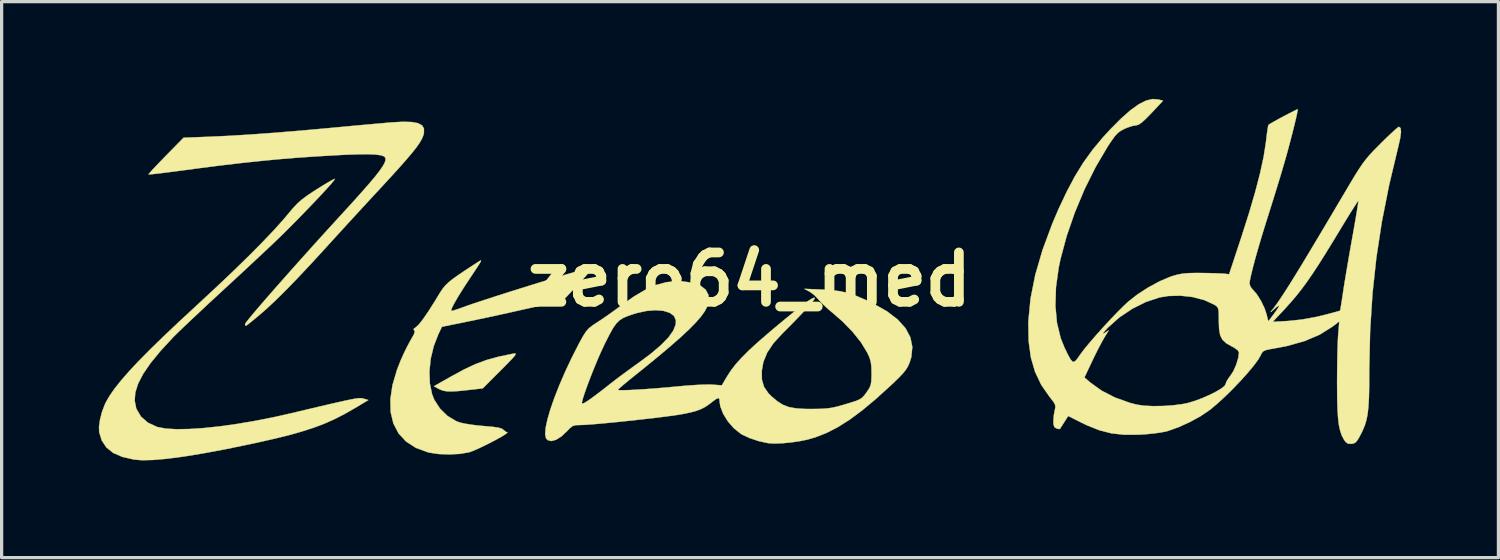
<source format=kicad_pcb>
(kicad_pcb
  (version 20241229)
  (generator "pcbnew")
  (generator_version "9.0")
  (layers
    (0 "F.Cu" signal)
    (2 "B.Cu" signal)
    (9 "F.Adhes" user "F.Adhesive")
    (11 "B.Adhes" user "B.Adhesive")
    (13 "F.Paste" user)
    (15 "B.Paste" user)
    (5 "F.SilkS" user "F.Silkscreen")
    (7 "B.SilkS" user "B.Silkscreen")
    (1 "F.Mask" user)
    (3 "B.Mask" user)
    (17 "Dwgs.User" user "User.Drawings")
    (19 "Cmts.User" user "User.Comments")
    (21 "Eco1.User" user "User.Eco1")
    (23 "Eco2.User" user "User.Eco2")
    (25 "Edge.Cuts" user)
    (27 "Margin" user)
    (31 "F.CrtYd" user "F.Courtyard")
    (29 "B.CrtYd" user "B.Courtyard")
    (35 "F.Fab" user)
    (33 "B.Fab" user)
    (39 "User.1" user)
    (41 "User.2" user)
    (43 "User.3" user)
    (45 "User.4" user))
  (footprint "zero64_med"
    (layer "F.Cu")
    (at 20.075 5.573)
    (property "Reference" "zero64_med" (at 0 0 0) (layer "F.SilkS") (effects (font (size 1.524 1.524) (thickness 0.3))))
    (attr through_hole)
    (fp_poly (pts (xy -7.214 2.291) (xy -7.223 2.323) (xy -7.273 2.388) (xy -7.371 2.494) (xy -7.524 2.651) (xy -7.683 2.81) (xy -8.23 3.359) (xy -8.689 3.411) (xy -8.97 3.441) (xy -9.178 3.454) (xy -9.332 3.451) (xy -9.451 3.431) (xy -9.553 3.392) (xy -9.592 3.373) (xy -9.739 3.293) (xy -9.183 2.979) (xy -8.795 2.769) (xy -8.447 2.607) (xy -8.109 2.482) (xy -7.75 2.383) (xy -7.34 2.298) (xy -7.297 2.29) (xy -7.241 2.283) (xy -7.214 2.291)) (stroke (width 0.01) (type solid)) (fill yes) (layer "F.SilkS"))
    (fp_poly (pts (xy -10.428 -4.859) (xy -10.23 -4.823) (xy -10.105 -4.756) (xy -10.045 -4.656) (xy -10.046 -4.52) (xy -10.049 -4.504) (xy -10.076 -4.414) (xy -10.122 -4.314) (xy -10.192 -4.197) (xy -10.292 -4.057) (xy -10.428 -3.887) (xy -10.605 -3.679) (xy -10.828 -3.427) (xy -11.104 -3.124) (xy -11.438 -2.762) (xy -11.494 -2.702) (xy -11.77 -2.404) (xy -12.074 -2.074) (xy -12.387 -1.733) (xy -12.686 -1.406) (xy -12.95 -1.116) (xy -13.02 -1.039) (xy -13.489 -0.527) (xy -13.905 -0.083) (xy -14.274 0.299) (xy -14.601 0.623) (xy -14.891 0.895) (xy -15.115 1.09) (xy -15.277 1.225) (xy -15.412 1.335) (xy -15.506 1.408) (xy -15.542 1.432) (xy -15.562 1.395) (xy -15.563 1.374) (xy -15.533 1.325) (xy -15.446 1.215) (xy -15.309 1.049) (xy -15.128 0.836) (xy -14.908 0.581) (xy -14.655 0.292) (xy -14.375 -0.025) (xy -14.075 -0.364) (xy -13.759 -0.717) (xy -13.435 -1.078) (xy -13.107 -1.44) (xy -12.782 -1.796) (xy -12.629 -1.963) (xy -12.275 -2.35) (xy -11.981 -2.678) (xy -11.742 -2.95) (xy -11.554 -3.173) (xy -11.414 -3.353) (xy -11.316 -3.494) (xy -11.256 -3.604) (xy -11.23 -3.686) (xy -11.233 -3.748) (xy -11.235 -3.755) (xy -11.282 -3.802) (xy -11.387 -3.835) (xy -11.554 -3.856) (xy -11.792 -3.865) (xy -12.105 -3.861) (xy -12.501 -3.847) (xy -12.725 -3.835) (xy -13.345 -3.799) (xy -13.933 -3.759) (xy -14.506 -3.712) (xy -15.085 -3.657) (xy -15.687 -3.593) (xy -16.331 -3.517) (xy -17.035 -3.427) (xy -17.496 -3.365) (xy -17.793 -3.326) (xy -18.058 -3.292) (xy -18.278 -3.266) (xy -18.439 -3.248) (xy -18.529 -3.241) (xy -18.543 -3.242) (xy -18.517 -3.278) (xy -18.437 -3.368) (xy -18.312 -3.502) (xy -18.152 -3.669) (xy -18.01 -3.815) (xy -17.461 -4.374) (xy -16.639 -4.406) (xy -16.074 -4.432) (xy -15.454 -4.469) (xy -14.77 -4.518) (xy -14.014 -4.579) (xy -13.179 -4.653) (xy -12.815 -4.686) (xy -12.454 -4.72) (xy -12.09 -4.754) (xy -11.742 -4.785) (xy -11.431 -4.813) (xy -11.179 -4.835) (xy -11.061 -4.846) (xy -10.703 -4.866) (xy -10.428 -4.859)) (stroke (width 0.01) (type solid)) (fill yes) (layer "F.SilkS"))
    (fp_poly (pts (xy -12.792 -3.104) (xy -12.824 -3.054) (xy -12.911 -2.948) (xy -13.046 -2.797) (xy -13.22 -2.609) (xy -13.423 -2.394) (xy -13.646 -2.161) (xy -13.88 -1.92) (xy -14.116 -1.68) (xy -14.345 -1.451) (xy -14.559 -1.243) (xy -14.64 -1.165) (xy -14.852 -0.964) (xy -15.117 -0.716) (xy -15.417 -0.436) (xy -15.736 -0.138) (xy -16.059 0.16) (xy -16.367 0.445) (xy -16.395 0.47) (xy -16.677 0.731) (xy -16.952 0.988) (xy -17.209 1.229) (xy -17.436 1.444) (xy -17.622 1.623) (xy -17.754 1.753) (xy -17.786 1.785) (xy -18.169 2.2) (xy -18.474 2.572) (xy -18.705 2.907) (xy -18.863 3.21) (xy -18.95 3.485) (xy -18.97 3.736) (xy -18.924 3.968) (xy -18.915 3.993) (xy -18.776 4.23) (xy -18.564 4.416) (xy -18.285 4.545) (xy -18.255 4.554) (xy -18.009 4.6) (xy -17.684 4.619) (xy -17.291 4.613) (xy -16.839 4.583) (xy -16.338 4.53) (xy -15.798 4.454) (xy -15.229 4.357) (xy -14.641 4.24) (xy -14.155 4.13) (xy -13.667 4.014) (xy -13.26 3.918) (xy -12.927 3.84) (xy -12.659 3.779) (xy -12.449 3.732) (xy -12.287 3.699) (xy -12.167 3.677) (xy -12.079 3.665) (xy -12.015 3.661) (xy -11.968 3.663) (xy -11.93 3.671) (xy -11.907 3.677) (xy -11.76 3.719) (xy -12.204 3.985) (xy -12.509 4.158) (xy -12.809 4.311) (xy -13.118 4.448) (xy -13.449 4.573) (xy -13.816 4.691) (xy -14.231 4.807) (xy -14.709 4.924) (xy -15.262 5.048) (xy -15.402 5.078) (xy -16.168 5.236) (xy -16.852 5.364) (xy -17.452 5.462) (xy -17.967 5.53) (xy -18.398 5.568) (xy -18.742 5.576) (xy -18.981 5.557) (xy -19.345 5.475) (xy -19.63 5.352) (xy -19.842 5.183) (xy -19.987 4.964) (xy -20.066 4.705) (xy -20.07 4.536) (xy -20.038 4.318) (xy -19.976 4.08) (xy -19.891 3.856) (xy -19.861 3.792) (xy -19.745 3.591) (xy -19.59 3.367) (xy -19.391 3.117) (xy -19.145 2.835) (xy -18.848 2.517) (xy -18.495 2.16) (xy -18.081 1.757) (xy -17.604 1.306) (xy -17.078 0.819) (xy -16.481 0.265) (xy -15.938 -0.249) (xy -15.453 -0.722) (xy -15.029 -1.15) (xy -14.669 -1.528) (xy -14.376 -1.855) (xy -14.26 -1.993) (xy -14.098 -2.186) (xy -13.959 -2.335) (xy -13.818 -2.461) (xy -13.654 -2.585) (xy -13.442 -2.726) (xy -13.343 -2.789) (xy -13.147 -2.911) (xy -12.981 -3.01) (xy -12.86 -3.077) (xy -12.798 -3.105) (xy -12.792 -3.104)) (stroke (width 0.01) (type solid)) (fill yes) (layer "F.SilkS"))
    (fp_poly (pts (xy -8.283 -0.579) (xy -8.306 -0.529) (xy -8.366 -0.433) (xy -8.467 -0.279) (xy -8.614 -0.059) (xy -8.638 -0.023) (xy -8.831 0.272) (xy -8.988 0.525) (xy -9.106 0.727) (xy -9.18 0.872) (xy -9.206 0.954) (xy -9.196 0.97) (xy -9.129 0.955) (xy -9.006 0.915) (xy -8.903 0.879) (xy -8.71 0.809) (xy -8.458 0.723) (xy -8.158 0.624) (xy -7.821 0.515) (xy -7.458 0.399) (xy -7.081 0.28) (xy -6.701 0.162) (xy -6.328 0.047) (xy -5.974 -0.06) (xy -5.649 -0.157) (xy -5.366 -0.239) (xy -5.134 -0.305) (xy -4.965 -0.349) (xy -4.871 -0.369) (xy -4.861 -0.369) (xy -4.868 -0.338) (xy -4.931 -0.252) (xy -5.04 -0.121) (xy -5.186 0.042) (xy -5.294 0.159) (xy -5.792 0.687) (xy -6.094 0.738) (xy -6.25 0.768) (xy -6.47 0.813) (xy -6.728 0.869) (xy -7 0.929) (xy -7.089 0.95) (xy -7.379 1.015) (xy -7.725 1.091) (xy -8.094 1.171) (xy -8.451 1.246) (xy -8.636 1.284) (xy -9.49 1.459) (xy -9.598 1.683) (xy -9.742 2.052) (xy -9.836 2.442) (xy -9.876 2.833) (xy -9.863 3.205) (xy -9.795 3.537) (xy -9.728 3.708) (xy -9.551 3.982) (xy -9.32 4.209) (xy -9.054 4.369) (xy -8.929 4.415) (xy -8.777 4.448) (xy -8.566 4.482) (xy -8.327 4.51) (xy -8.165 4.524) (xy -7.918 4.546) (xy -7.75 4.571) (xy -7.646 4.6) (xy -7.595 4.637) (xy -7.52 4.699) (xy -7.477 4.711) (xy -7.473 4.729) (xy -7.537 4.778) (xy -7.655 4.851) (xy -7.812 4.938) (xy -7.991 5.033) (xy -8.179 5.127) (xy -8.359 5.213) (xy -8.517 5.282) (xy -8.638 5.326) (xy -8.657 5.332) (xy -8.937 5.38) (xy -9.261 5.397) (xy -9.588 5.385) (xy -9.878 5.342) (xy -9.929 5.329) (xy -10.301 5.191) (xy -10.602 4.995) (xy -10.831 4.744) (xy -10.988 4.442) (xy -11.072 4.092) (xy -11.081 3.695) (xy -11.016 3.256) (xy -10.874 2.777) (xy -10.756 2.479) (xy -10.66 2.267) (xy -10.556 2.056) (xy -10.462 1.883) (xy -10.436 1.838) (xy -10.355 1.693) (xy -10.329 1.606) (xy -10.347 1.569) (xy -10.367 1.528) (xy -10.306 1.482) (xy -10.215 1.402) (xy -10.085 1.24) (xy -9.918 0.998) (xy -9.714 0.678) (xy -9.609 0.504) (xy -9.532 0.379) (xy -9.46 0.274) (xy -9.382 0.181) (xy -9.287 0.089) (xy -9.163 -0.011) (xy -8.999 -0.129) (xy -8.784 -0.274) (xy -8.507 -0.455) (xy -8.384 -0.535) (xy -8.326 -0.572) (xy -8.291 -0.59) (xy -8.283 -0.579)) (stroke (width 0.01) (type solid)) (fill yes) (layer "F.SilkS"))
    (fp_poly (pts (xy -2.082 0.056) (xy -1.765 0.1) (xy -1.521 0.187) (xy -1.353 0.315) (xy -1.265 0.48) (xy -1.26 0.679) (xy -1.31 0.844) (xy -1.384 0.985) (xy -1.499 1.145) (xy -1.659 1.329) (xy -1.869 1.543) (xy -2.134 1.789) (xy -2.458 2.073) (xy -2.846 2.399) (xy -3.303 2.772) (xy -3.544 2.965) (xy -3.729 3.115) (xy -3.885 3.244) (xy -3.999 3.342) (xy -4.058 3.398) (xy -4.064 3.406) (xy -4.02 3.415) (xy -3.897 3.417) (xy -3.707 3.411) (xy -3.464 3.398) (xy -3.179 3.38) (xy -2.866 3.357) (xy -2.537 3.329) (xy -2.205 3.298) (xy -2.201 3.297) (xy -1.921 3.273) (xy -1.647 3.254) (xy -1.404 3.243) (xy -1.217 3.241) (xy -1.154 3.244) (xy -0.854 3.265) (xy -0.702 3.005) (xy -0.578 2.812) (xy -0.427 2.616) (xy -0.24 2.408) (xy -0.008 2.177) (xy 0.278 1.916) (xy 0.627 1.615) (xy 0.795 1.473) (xy 1.135 1.191) (xy 1.411 0.967) (xy 1.629 0.796) (xy 1.793 0.674) (xy 1.908 0.599) (xy 1.981 0.565) (xy 2.015 0.568) (xy 1.996 0.612) (xy 1.921 0.71) (xy 1.796 0.854) (xy 1.632 1.034) (xy 1.436 1.239) (xy 1.219 1.461) (xy 1.016 1.663) (xy 0.738 1.966) (xy 0.543 2.258) (xy 0.425 2.549) (xy 0.378 2.82) (xy 0.382 3.091) (xy 0.446 3.31) (xy 0.578 3.504) (xy 0.675 3.603) (xy 0.856 3.756) (xy 1.027 3.864) (xy 1.21 3.935) (xy 1.428 3.975) (xy 1.703 3.993) (xy 1.893 3.995) (xy 2.161 3.992) (xy 2.367 3.98) (xy 2.544 3.957) (xy 2.724 3.916) (xy 2.909 3.863) (xy 3.135 3.795) (xy 3.292 3.744) (xy 3.398 3.698) (xy 3.472 3.649) (xy 3.534 3.584) (xy 3.601 3.495) (xy 3.619 3.469) (xy 3.692 3.361) (xy 3.735 3.266) (xy 3.756 3.153) (xy 3.763 2.992) (xy 3.764 2.893) (xy 3.759 2.685) (xy 3.739 2.531) (xy 3.696 2.394) (xy 3.627 2.247) (xy 3.439 1.939) (xy 3.181 1.616) (xy 2.873 1.298) (xy 2.604 1.063) (xy 2.433 0.919) (xy 2.279 0.777) (xy 2.162 0.659) (xy 2.121 0.61) (xy 2.003 0.485) (xy 1.864 0.382) (xy 1.849 0.373) (xy 1.69 0.288) (xy 2.242 0.311) (xy 2.543 0.33) (xy 2.8 0.363) (xy 3.038 0.418) (xy 3.283 0.501) (xy 3.56 0.62) (xy 3.82 0.744) (xy 4.239 0.981) (xy 4.57 1.233) (xy 4.811 1.501) (xy 4.962 1.784) (xy 5.022 2.081) (xy 4.992 2.391) (xy 4.943 2.551) (xy 4.893 2.668) (xy 4.829 2.776) (xy 4.739 2.89) (xy 4.61 3.027) (xy 4.429 3.203) (xy 4.349 3.277) (xy 3.888 3.694) (xy 3.47 4.042) (xy 3.085 4.327) (xy 2.725 4.555) (xy 2.378 4.733) (xy 2.036 4.867) (xy 1.797 4.937) (xy 1.554 4.987) (xy 1.281 5.027) (xy 1.007 5.053) (xy 0.762 5.061) (xy 0.577 5.05) (xy 0.577 5.05) (xy 0.29 4.988) (xy 0.006 4.894) (xy -0.234 4.782) (xy -0.277 4.755) (xy -0.485 4.588) (xy -0.669 4.377) (xy -0.813 4.144) (xy -0.902 3.913) (xy -0.924 3.757) (xy -0.931 3.681) (xy -0.964 3.657) (xy -1.035 3.69) (xy -1.158 3.781) (xy -1.191 3.807) (xy -1.29 3.881) (xy -1.391 3.945) (xy -1.504 4.001) (xy -1.637 4.051) (xy -1.799 4.096) (xy -1.998 4.139) (xy -2.243 4.181) (xy -2.543 4.223) (xy -2.907 4.268) (xy -3.343 4.318) (xy -3.859 4.374) (xy -4.018 4.391) (xy -4.321 4.421) (xy -4.61 4.448) (xy -4.865 4.469) (xy -5.068 4.484) (xy -5.2 4.489) (xy -5.211 4.489) (xy -5.361 4.494) (xy -5.461 4.523) (xy -5.551 4.595) (xy -5.623 4.671) (xy -5.801 4.839) (xy -5.969 4.945) (xy -6.115 4.985) (xy -6.229 4.955) (xy -6.281 4.895) (xy -6.306 4.768) (xy -6.289 4.569) (xy -6.233 4.31) (xy -6.142 3.998) (xy -6.076 3.809) (xy -5.172 3.809) (xy -5.156 3.831) (xy -5.098 3.81) (xy -4.987 3.741) (xy -4.878 3.664) (xy -4.726 3.552) (xy -4.539 3.409) (xy -4.352 3.263) (xy -4.318 3.235) (xy -4.155 3.109) (xy -3.943 2.949) (xy -3.706 2.775) (xy -3.472 2.606) (xy -3.441 2.585) (xy -3.044 2.289) (xy -2.731 2.024) (xy -2.5 1.786) (xy -2.35 1.574) (xy -2.277 1.384) (xy -2.272 1.26) (xy -2.331 1.125) (xy -2.463 1.027) (xy -2.657 0.967) (xy -2.899 0.947) (xy -3.178 0.97) (xy -3.481 1.036) (xy -3.533 1.052) (xy -3.732 1.117) (xy -3.885 1.18) (xy -4.007 1.255) (xy -4.11 1.356) (xy -4.209 1.496) (xy -4.318 1.691) (xy -4.451 1.953) (xy -4.471 1.993) (xy -4.568 2.2) (xy -4.676 2.444) (xy -4.786 2.709) (xy -4.894 2.979) (xy -4.992 3.237) (xy -5.075 3.467) (xy -5.136 3.652) (xy -5.168 3.777) (xy -5.172 3.809) (xy -6.076 3.809) (xy -6.018 3.644) (xy -5.866 3.257) (xy -5.688 2.845) (xy -5.488 2.42) (xy -5.269 1.989) (xy -5.236 1.928) (xy -5.128 1.734) (xy -5.04 1.599) (xy -4.949 1.499) (xy -4.834 1.41) (xy -4.715 1.332) (xy -4.55 1.224) (xy -4.342 1.08) (xy -4.12 0.921) (xy -3.957 0.8) (xy -3.562 0.522) (xy -3.208 0.313) (xy -2.882 0.169) (xy -2.569 0.084) (xy -2.257 0.052) (xy -2.082 0.056)) (stroke (width 0.01) (type solid)) (fill yes) (layer "F.SilkS"))
    (fp_poly (pts (xy 12.613 -5.553) (xy 12.758 -5.516) (xy 12.401 -5.136) (xy 12.226 -4.957) (xy 12.097 -4.84) (xy 12.001 -4.777) (xy 11.925 -4.756) (xy 11.922 -4.756) (xy 11.811 -4.737) (xy 11.66 -4.687) (xy 11.566 -4.647) (xy 11.454 -4.588) (xy 11.361 -4.519) (xy 11.27 -4.42) (xy 11.164 -4.274) (xy 11.052 -4.105) (xy 10.68 -3.474) (xy 10.337 -2.786) (xy 10.036 -2.068) (xy 9.785 -1.342) (xy 9.595 -0.636) (xy 9.538 -0.362) (xy 9.454 0.243) (xy 9.437 0.812) (xy 9.485 1.337) (xy 9.6 1.81) (xy 9.717 2.101) (xy 9.824 2.321) (xy 9.903 2.464) (xy 9.965 2.534) (xy 10.021 2.538) (xy 10.084 2.482) (xy 10.166 2.369) (xy 10.194 2.328) (xy 10.313 2.168) (xy 10.483 1.961) (xy 10.689 1.722) (xy 10.916 1.469) (xy 11.148 1.218) (xy 11.37 0.987) (xy 11.567 0.792) (xy 11.681 0.686) (xy 11.966 0.462) (xy 12.297 0.248) (xy 12.641 0.061) (xy 12.967 -0.079) (xy 13.046 -0.106) (xy 13.209 -0.152) (xy 13.365 -0.181) (xy 13.542 -0.197) (xy 13.768 -0.202) (xy 13.947 -0.201) (xy 14.182 -0.197) (xy 14.395 -0.191) (xy 14.562 -0.185) (xy 14.66 -0.178) (xy 14.796 -0.162) (xy 15.177 -1.316) (xy 15.411 -2.05) (xy 15.602 -2.704) (xy 15.752 -3.281) (xy 15.861 -3.783) (xy 15.929 -4.213) (xy 15.936 -4.271) (xy 15.959 -4.469) (xy 15.982 -4.632) (xy 16.001 -4.739) (xy 16.009 -4.768) (xy 16.055 -4.8) (xy 16.163 -4.863) (xy 16.314 -4.947) (xy 16.488 -5.04) (xy 16.665 -5.133) (xy 16.825 -5.214) (xy 16.911 -5.256) (xy 16.91 -5.218) (xy 16.889 -5.105) (xy 16.85 -4.931) (xy 16.796 -4.708) (xy 16.736 -4.471) (xy 16.668 -4.209) (xy 16.602 -3.963) (xy 16.534 -3.719) (xy 16.46 -3.464) (xy 16.377 -3.185) (xy 16.28 -2.867) (xy 16.166 -2.498) (xy 16.03 -2.064) (xy 15.918 -1.709) (xy 15.804 -1.34) (xy 15.699 -0.985) (xy 15.606 -0.657) (xy 15.529 -0.368) (xy 15.471 -0.131) (xy 15.435 0.041) (xy 15.425 0.128) (xy 15.457 0.225) (xy 15.517 0.3) (xy 15.651 0.455) (xy 15.782 0.664) (xy 15.891 0.891) (xy 15.945 1.052) (xy 16.006 1.292) (xy 16.177 1.063) (xy 16.288 0.908) (xy 16.337 0.822) (xy 16.326 0.805) (xy 16.253 0.857) (xy 16.176 0.926) (xy 16.098 0.993) (xy 16.075 1.004) (xy 16.1 0.97) (xy 16.181 0.868) (xy 16.277 0.738) (xy 16.39 0.573) (xy 16.523 0.37) (xy 16.681 0.122) (xy 16.865 -0.175) (xy 17.08 -0.527) (xy 17.327 -0.938) (xy 17.611 -1.413) (xy 17.935 -1.958) (xy 18.301 -2.577) (xy 18.334 -2.632) (xy 18.523 -2.952) (xy 18.675 -3.205) (xy 18.802 -3.406) (xy 18.913 -3.57) (xy 19.018 -3.709) (xy 19.127 -3.839) (xy 19.251 -3.972) (xy 19.4 -4.123) (xy 19.467 -4.191) (xy 19.647 -4.368) (xy 19.806 -4.518) (xy 19.931 -4.632) (xy 20.012 -4.699) (xy 20.033 -4.711) (xy 20.086 -4.672) (xy 20.1 -4.554) (xy 20.074 -4.356) (xy 20.016 -4.1) (xy 19.734 -2.918) (xy 19.509 -1.783) (xy 19.339 -0.67) (xy 19.219 0.443) (xy 19.147 1.582) (xy 19.12 2.768) (xy 19.12 2.913) (xy 19.117 3.325) (xy 19.11 3.658) (xy 19.094 3.928) (xy 19.07 4.148) (xy 19.034 4.332) (xy 18.985 4.496) (xy 18.92 4.652) (xy 18.866 4.763) (xy 18.781 4.92) (xy 18.714 5.012) (xy 18.647 5.056) (xy 18.572 5.071) (xy 18.466 5.067) (xy 18.39 5.012) (xy 18.336 4.934) (xy 18.273 4.813) (xy 18.224 4.673) (xy 18.186 4.503) (xy 18.159 4.29) (xy 18.141 4.022) (xy 18.131 3.688) (xy 18.128 3.276) (xy 18.127 3.21) (xy 18.129 2.874) (xy 18.133 2.542) (xy 18.139 2.233) (xy 18.147 1.968) (xy 18.157 1.768) (xy 18.16 1.721) (xy 18.195 1.295) (xy 17.98 1.458) (xy 17.589 1.703) (xy 17.118 1.902) (xy 16.567 2.056) (xy 16.196 2.126) (xy 16.014 2.158) (xy 15.901 2.188) (xy 15.836 2.227) (xy 15.795 2.286) (xy 15.774 2.331) (xy 15.696 2.469) (xy 15.559 2.654) (xy 15.378 2.872) (xy 15.164 3.111) (xy 14.931 3.356) (xy 14.69 3.594) (xy 14.453 3.812) (xy 14.235 3.997) (xy 14.188 4.033) (xy 13.911 4.22) (xy 13.579 4.401) (xy 13.23 4.559) (xy 12.9 4.675) (xy 12.862 4.686) (xy 12.703 4.718) (xy 12.482 4.749) (xy 12.231 4.774) (xy 12.007 4.788) (xy 11.559 4.79) (xy 11.162 4.746) (xy 10.785 4.649) (xy 10.396 4.492) (xy 10.239 4.416) (xy 9.832 4.211) (xy 9.709 4.403) (xy 9.636 4.517) (xy 9.587 4.594) (xy 9.577 4.611) (xy 9.531 4.611) (xy 9.471 4.596) (xy 9.407 4.556) (xy 9.379 4.473) (xy 9.375 4.372) (xy 9.386 4.205) (xy 9.414 4.046) (xy 9.419 4.026) (xy 9.437 3.938) (xy 9.427 3.863) (xy 9.378 3.775) (xy 9.279 3.647) (xy 9.259 3.623) (xy 9 3.251) (xy 8.892 3.022) (xy 10.333 3.022) (xy 10.512 3.177) (xy 10.86 3.428) (xy 11.275 3.641) (xy 11.739 3.807) (xy 11.938 3.859) (xy 12.163 3.893) (xy 12.449 3.907) (xy 12.765 3.902) (xy 13.084 3.88) (xy 13.375 3.841) (xy 13.531 3.808) (xy 13.74 3.745) (xy 13.963 3.662) (xy 14.182 3.566) (xy 14.381 3.467) (xy 14.543 3.372) (xy 14.65 3.29) (xy 14.686 3.233) (xy 14.715 3.146) (xy 14.789 3.03) (xy 14.828 2.981) (xy 14.928 2.828) (xy 15.017 2.625) (xy 15.08 2.413) (xy 15.101 2.252) (xy 15.059 2.179) (xy 14.94 2.096) (xy 14.885 2.068) (xy 14.71 1.969) (xy 14.592 1.86) (xy 14.521 1.721) (xy 14.487 1.531) (xy 14.479 1.306) (xy 16.141 1.306) (xy 16.625 1.279) (xy 17.043 1.235) (xy 17.491 1.153) (xy 17.658 1.113) (xy 17.87 1.059) (xy 18.045 1.012) (xy 18.168 0.978) (xy 18.219 0.961) (xy 18.219 0.961) (xy 18.231 0.912) (xy 18.251 0.791) (xy 18.279 0.615) (xy 18.309 0.416) (xy 18.339 0.215) (xy 18.383 -0.055) (xy 18.437 -0.374) (xy 18.496 -0.722) (xy 18.559 -1.078) (xy 18.592 -1.264) (xy 18.648 -1.578) (xy 18.697 -1.86) (xy 18.737 -2.098) (xy 18.766 -2.28) (xy 18.782 -2.394) (xy 18.784 -2.428) (xy 18.757 -2.396) (xy 18.69 -2.295) (xy 18.59 -2.138) (xy 18.464 -1.937) (xy 18.321 -1.702) (xy 18.289 -1.649) (xy 18.006 -1.183) (xy 17.762 -0.786) (xy 17.549 -0.449) (xy 17.36 -0.162) (xy 17.188 0.087) (xy 17.025 0.307) (xy 16.865 0.509) (xy 16.7 0.702) (xy 16.524 0.898) (xy 16.419 1.011) (xy 16.141 1.306) (xy 14.479 1.306) (xy 14.478 1.281) (xy 14.477 1.083) (xy 14.47 0.955) (xy 14.451 0.877) (xy 14.414 0.828) (xy 14.354 0.786) (xy 14.339 0.777) (xy 14.034 0.636) (xy 13.675 0.542) (xy 13.29 0.499) (xy 12.906 0.51) (xy 12.654 0.553) (xy 12.234 0.691) (xy 11.812 0.901) (xy 11.413 1.168) (xy 11.065 1.476) (xy 11.037 1.505) (xy 10.937 1.616) (xy 10.9 1.668) (xy 10.924 1.666) (xy 10.957 1.647) (xy 11.084 1.568) (xy 10.945 1.795) (xy 10.867 1.93) (xy 10.766 2.123) (xy 10.655 2.343) (xy 10.569 2.522) (xy 10.333 3.022) (xy 8.892 3.022) (xy 8.808 2.847) (xy 8.679 2.401) (xy 8.611 1.903) (xy 8.601 1.343) (xy 8.604 1.272) (xy 8.67 0.588) (xy 8.815 -0.141) (xy 9.04 -0.913) (xy 9.343 -1.727) (xy 9.529 -2.163) (xy 9.786 -2.708) (xy 10.038 -3.183) (xy 10.298 -3.606) (xy 10.581 -3.998) (xy 10.897 -4.379) (xy 11.126 -4.628) (xy 11.459 -4.963) (xy 11.752 -5.222) (xy 12.01 -5.407) (xy 12.237 -5.521) (xy 12.439 -5.568) (xy 12.613 -5.553)) (stroke (width 0.01) (type solid)) (fill yes) (layer "F.SilkS")))
  (gr_rect
    (start -3 -3)
    (end 43.18 14.155)
    (stroke (width 0.1) (type default))
    (fill no)
    (layer "Edge.Cuts")))
</source>
